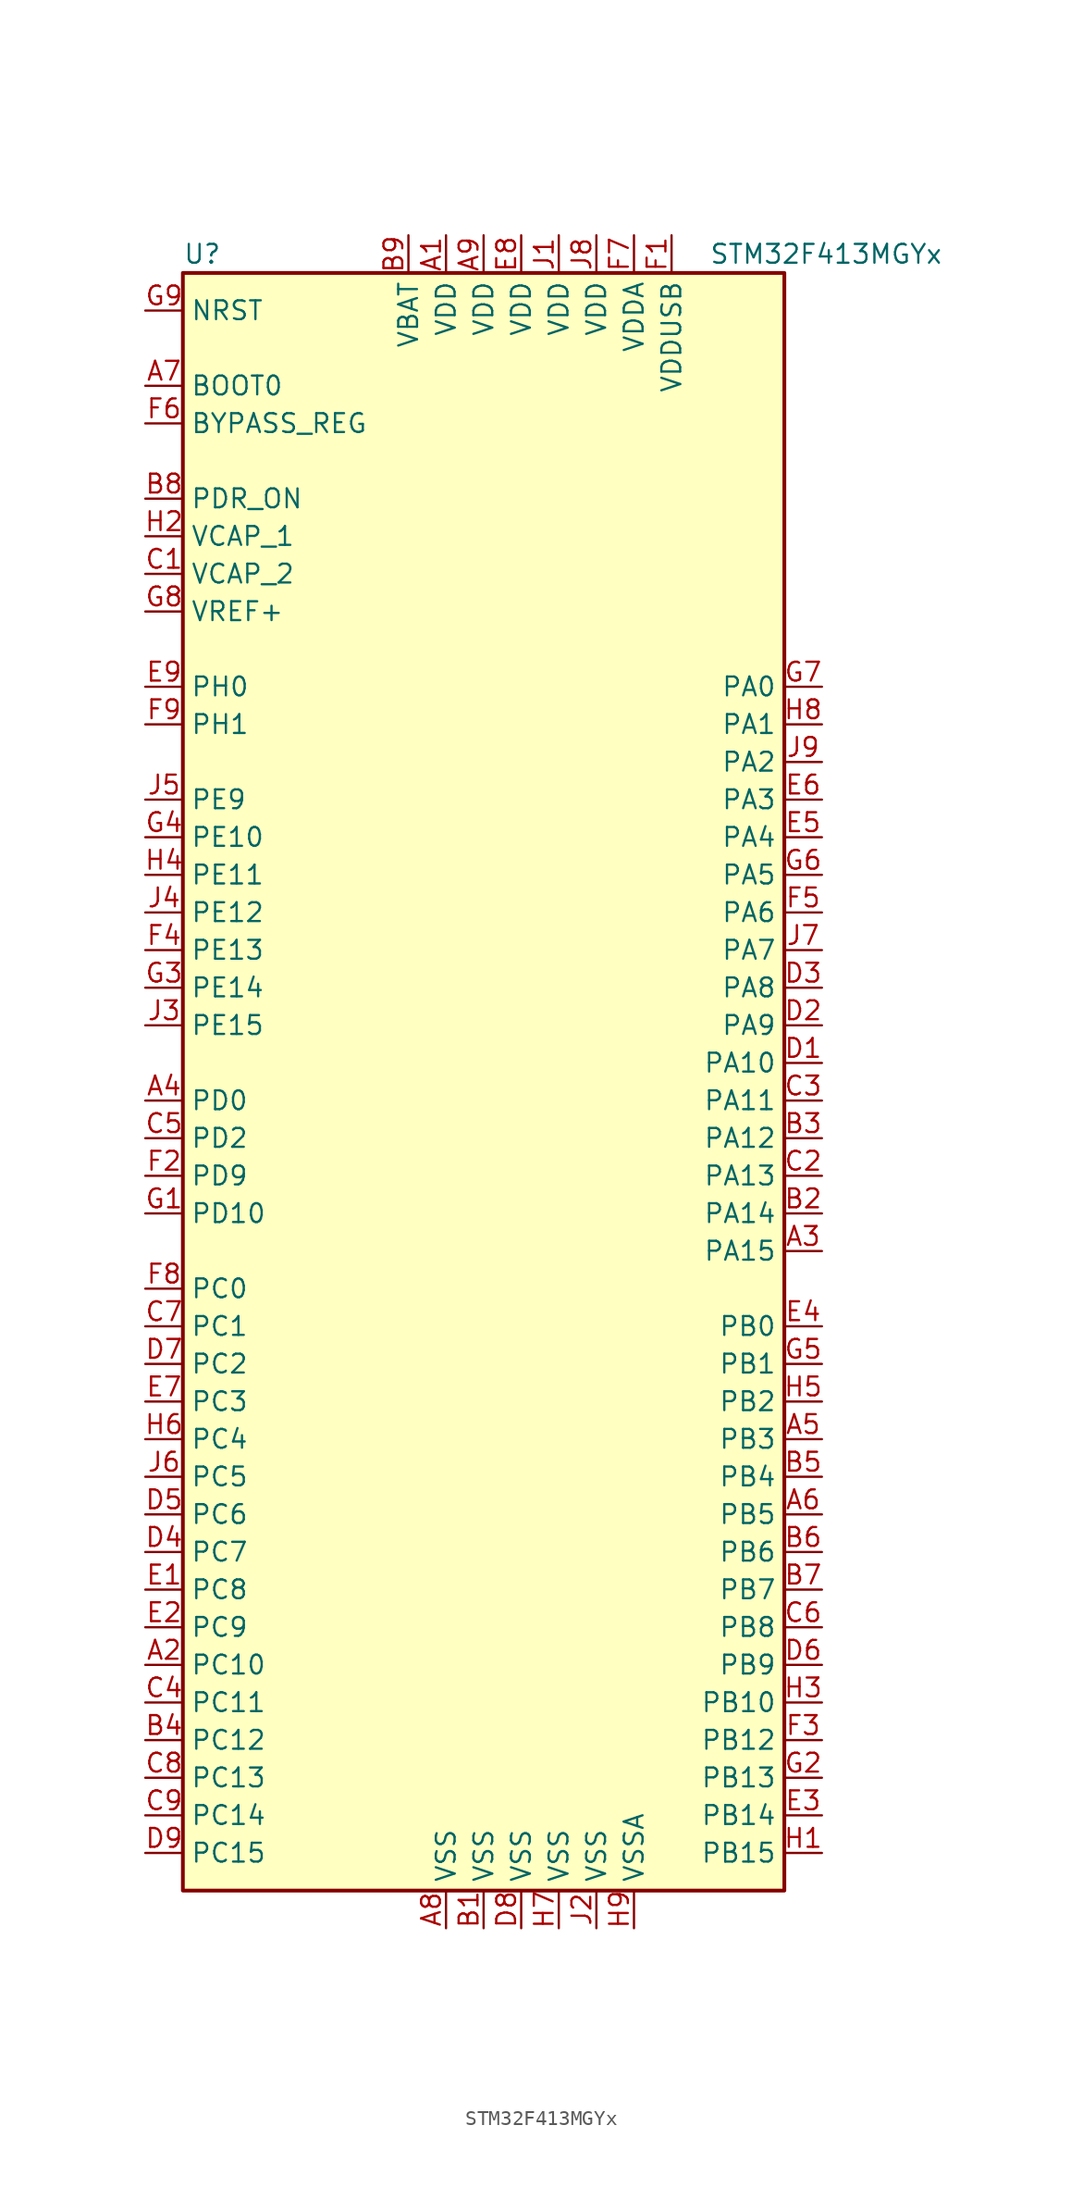
<source format=kicad_sym>
(kicad_symbol_lib
  (version 20201005)
  (generator kicad_symbol_editor)
  (symbol "MCU_ST_STM32F4:STM32F413MGYx"
    (property "Reference" "U"
      (at -20.32 54.61 0)
      (effects (font (size 1.27 1.27)) (justify left)))
    (property "Value" "STM32F413MGYx"
      (at 15.24 54.61 0)
      (effects (font (size 1.27 1.27)) (justify left)))
    (symbol "STM32F413MGYx_0_1"
      (rectangle (start -20.32 -55.88) (end 20.32 53.34) (stroke (width 0.254)) (fill (type background))))
    (symbol "STM32F413MGYx_1_1"
      (pin input line (at -22.86 45.72 0) (length 2.54) (name "BOOT0" (effects (font (size 1.27 1.27)))) (number "A7" (effects (font (size 1.27 1.27)))))
      (pin input line (at -22.86 43.18 0) (length 2.54) (name "BYPASS_REG" (effects (font (size 1.27 1.27)))) (number "F6" (effects (font (size 1.27 1.27)))))
      (pin input line (at -22.86 50.8 0) (length 2.54) (name "NRST" (effects (font (size 1.27 1.27)))) (number "G9" (effects (font (size 1.27 1.27)))))
      (pin bidirectional line (at 22.86 25.4 180) (length 2.54) (name "PA0" (effects (font (size 1.27 1.27)))) (number "G7" (effects (font (size 1.27 1.27)))))
      (pin bidirectional line (at 22.86 22.86 180) (length 2.54) (name "PA1" (effects (font (size 1.27 1.27)))) (number "H8" (effects (font (size 1.27 1.27)))))
      (pin bidirectional line (at 22.86 0 180) (length 2.54) (name "PA10" (effects (font (size 1.27 1.27)))) (number "D1" (effects (font (size 1.27 1.27)))))
      (pin bidirectional line (at 22.86 -2.54 180) (length 2.54) (name "PA11" (effects (font (size 1.27 1.27)))) (number "C3" (effects (font (size 1.27 1.27)))))
      (pin bidirectional line (at 22.86 -5.08 180) (length 2.54) (name "PA12" (effects (font (size 1.27 1.27)))) (number "B3" (effects (font (size 1.27 1.27)))))
      (pin bidirectional line (at 22.86 -7.62 180) (length 2.54) (name "PA13" (effects (font (size 1.27 1.27)))) (number "C2" (effects (font (size 1.27 1.27)))))
      (pin bidirectional line (at 22.86 -10.16 180) (length 2.54) (name "PA14" (effects (font (size 1.27 1.27)))) (number "B2" (effects (font (size 1.27 1.27)))))
      (pin bidirectional line (at 22.86 -12.7 180) (length 2.54) (name "PA15" (effects (font (size 1.27 1.27)))) (number "A3" (effects (font (size 1.27 1.27)))))
      (pin bidirectional line (at 22.86 20.32 180) (length 2.54) (name "PA2" (effects (font (size 1.27 1.27)))) (number "J9" (effects (font (size 1.27 1.27)))))
      (pin bidirectional line (at 22.86 17.78 180) (length 2.54) (name "PA3" (effects (font (size 1.27 1.27)))) (number "E6" (effects (font (size 1.27 1.27)))))
      (pin bidirectional line (at 22.86 15.24 180) (length 2.54) (name "PA4" (effects (font (size 1.27 1.27)))) (number "E5" (effects (font (size 1.27 1.27)))))
      (pin bidirectional line (at 22.86 12.7 180) (length 2.54) (name "PA5" (effects (font (size 1.27 1.27)))) (number "G6" (effects (font (size 1.27 1.27)))))
      (pin bidirectional line (at 22.86 10.16 180) (length 2.54) (name "PA6" (effects (font (size 1.27 1.27)))) (number "F5" (effects (font (size 1.27 1.27)))))
      (pin bidirectional line (at 22.86 7.62 180) (length 2.54) (name "PA7" (effects (font (size 1.27 1.27)))) (number "J7" (effects (font (size 1.27 1.27)))))
      (pin bidirectional line (at 22.86 5.08 180) (length 2.54) (name "PA8" (effects (font (size 1.27 1.27)))) (number "D3" (effects (font (size 1.27 1.27)))))
      (pin bidirectional line (at 22.86 2.54 180) (length 2.54) (name "PA9" (effects (font (size 1.27 1.27)))) (number "D2" (effects (font (size 1.27 1.27)))))
      (pin bidirectional line (at 22.86 -17.78 180) (length 2.54) (name "PB0" (effects (font (size 1.27 1.27)))) (number "E4" (effects (font (size 1.27 1.27)))))
      (pin bidirectional line (at 22.86 -20.32 180) (length 2.54) (name "PB1" (effects (font (size 1.27 1.27)))) (number "G5" (effects (font (size 1.27 1.27)))))
      (pin bidirectional line (at 22.86 -43.18 180) (length 2.54) (name "PB10" (effects (font (size 1.27 1.27)))) (number "H3" (effects (font (size 1.27 1.27)))))
      (pin bidirectional line (at 22.86 -45.72 180) (length 2.54) (name "PB12" (effects (font (size 1.27 1.27)))) (number "F3" (effects (font (size 1.27 1.27)))))
      (pin bidirectional line (at 22.86 -48.26 180) (length 2.54) (name "PB13" (effects (font (size 1.27 1.27)))) (number "G2" (effects (font (size 1.27 1.27)))))
      (pin bidirectional line (at 22.86 -50.8 180) (length 2.54) (name "PB14" (effects (font (size 1.27 1.27)))) (number "E3" (effects (font (size 1.27 1.27)))))
      (pin bidirectional line (at 22.86 -53.34 180) (length 2.54) (name "PB15" (effects (font (size 1.27 1.27)))) (number "H1" (effects (font (size 1.27 1.27)))))
      (pin bidirectional line (at 22.86 -22.86 180) (length 2.54) (name "PB2" (effects (font (size 1.27 1.27)))) (number "H5" (effects (font (size 1.27 1.27)))))
      (pin bidirectional line (at 22.86 -25.4 180) (length 2.54) (name "PB3" (effects (font (size 1.27 1.27)))) (number "A5" (effects (font (size 1.27 1.27)))))
      (pin bidirectional line (at 22.86 -27.94 180) (length 2.54) (name "PB4" (effects (font (size 1.27 1.27)))) (number "B5" (effects (font (size 1.27 1.27)))))
      (pin bidirectional line (at 22.86 -30.48 180) (length 2.54) (name "PB5" (effects (font (size 1.27 1.27)))) (number "A6" (effects (font (size 1.27 1.27)))))
      (pin bidirectional line (at 22.86 -33.02 180) (length 2.54) (name "PB6" (effects (font (size 1.27 1.27)))) (number "B6" (effects (font (size 1.27 1.27)))))
      (pin bidirectional line (at 22.86 -35.56 180) (length 2.54) (name "PB7" (effects (font (size 1.27 1.27)))) (number "B7" (effects (font (size 1.27 1.27)))))
      (pin bidirectional line (at 22.86 -38.1 180) (length 2.54) (name "PB8" (effects (font (size 1.27 1.27)))) (number "C6" (effects (font (size 1.27 1.27)))))
      (pin bidirectional line (at 22.86 -40.64 180) (length 2.54) (name "PB9" (effects (font (size 1.27 1.27)))) (number "D6" (effects (font (size 1.27 1.27)))))
      (pin bidirectional line (at -22.86 -15.24 0) (length 2.54) (name "PC0" (effects (font (size 1.27 1.27)))) (number "F8" (effects (font (size 1.27 1.27)))))
      (pin bidirectional line (at -22.86 -17.78 0) (length 2.54) (name "PC1" (effects (font (size 1.27 1.27)))) (number "C7" (effects (font (size 1.27 1.27)))))
      (pin bidirectional line (at -22.86 -40.64 0) (length 2.54) (name "PC10" (effects (font (size 1.27 1.27)))) (number "A2" (effects (font (size 1.27 1.27)))))
      (pin bidirectional line (at -22.86 -43.18 0) (length 2.54) (name "PC11" (effects (font (size 1.27 1.27)))) (number "C4" (effects (font (size 1.27 1.27)))))
      (pin bidirectional line (at -22.86 -45.72 0) (length 2.54) (name "PC12" (effects (font (size 1.27 1.27)))) (number "B4" (effects (font (size 1.27 1.27)))))
      (pin bidirectional line (at -22.86 -48.26 0) (length 2.54) (name "PC13" (effects (font (size 1.27 1.27)))) (number "C8" (effects (font (size 1.27 1.27)))))
      (pin bidirectional line (at -22.86 -50.8 0) (length 2.54) (name "PC14" (effects (font (size 1.27 1.27)))) (number "C9" (effects (font (size 1.27 1.27)))))
      (pin bidirectional line (at -22.86 -53.34 0) (length 2.54) (name "PC15" (effects (font (size 1.27 1.27)))) (number "D9" (effects (font (size 1.27 1.27)))))
      (pin bidirectional line (at -22.86 -20.32 0) (length 2.54) (name "PC2" (effects (font (size 1.27 1.27)))) (number "D7" (effects (font (size 1.27 1.27)))))
      (pin bidirectional line (at -22.86 -22.86 0) (length 2.54) (name "PC3" (effects (font (size 1.27 1.27)))) (number "E7" (effects (font (size 1.27 1.27)))))
      (pin bidirectional line (at -22.86 -25.4 0) (length 2.54) (name "PC4" (effects (font (size 1.27 1.27)))) (number "H6" (effects (font (size 1.27 1.27)))))
      (pin bidirectional line (at -22.86 -27.94 0) (length 2.54) (name "PC5" (effects (font (size 1.27 1.27)))) (number "J6" (effects (font (size 1.27 1.27)))))
      (pin bidirectional line (at -22.86 -30.48 0) (length 2.54) (name "PC6" (effects (font (size 1.27 1.27)))) (number "D5" (effects (font (size 1.27 1.27)))))
      (pin bidirectional line (at -22.86 -33.02 0) (length 2.54) (name "PC7" (effects (font (size 1.27 1.27)))) (number "D4" (effects (font (size 1.27 1.27)))))
      (pin bidirectional line (at -22.86 -35.56 0) (length 2.54) (name "PC8" (effects (font (size 1.27 1.27)))) (number "E1" (effects (font (size 1.27 1.27)))))
      (pin bidirectional line (at -22.86 -38.1 0) (length 2.54) (name "PC9" (effects (font (size 1.27 1.27)))) (number "E2" (effects (font (size 1.27 1.27)))))
      (pin bidirectional line (at -22.86 -2.54 0) (length 2.54) (name "PD0" (effects (font (size 1.27 1.27)))) (number "A4" (effects (font (size 1.27 1.27)))))
      (pin bidirectional line (at -22.86 -10.16 0) (length 2.54) (name "PD10" (effects (font (size 1.27 1.27)))) (number "G1" (effects (font (size 1.27 1.27)))))
      (pin bidirectional line (at -22.86 -5.08 0) (length 2.54) (name "PD2" (effects (font (size 1.27 1.27)))) (number "C5" (effects (font (size 1.27 1.27)))))
      (pin bidirectional line (at -22.86 -7.62 0) (length 2.54) (name "PD9" (effects (font (size 1.27 1.27)))) (number "F2" (effects (font (size 1.27 1.27)))))
      (pin power_in line (at -22.86 38.1 0) (length 2.54) (name "PDR_ON" (effects (font (size 1.27 1.27)))) (number "B8" (effects (font (size 1.27 1.27)))))
      (pin bidirectional line (at -22.86 15.24 0) (length 2.54) (name "PE10" (effects (font (size 1.27 1.27)))) (number "G4" (effects (font (size 1.27 1.27)))))
      (pin bidirectional line (at -22.86 12.7 0) (length 2.54) (name "PE11" (effects (font (size 1.27 1.27)))) (number "H4" (effects (font (size 1.27 1.27)))))
      (pin bidirectional line (at -22.86 10.16 0) (length 2.54) (name "PE12" (effects (font (size 1.27 1.27)))) (number "J4" (effects (font (size 1.27 1.27)))))
      (pin bidirectional line (at -22.86 7.62 0) (length 2.54) (name "PE13" (effects (font (size 1.27 1.27)))) (number "F4" (effects (font (size 1.27 1.27)))))
      (pin bidirectional line (at -22.86 5.08 0) (length 2.54) (name "PE14" (effects (font (size 1.27 1.27)))) (number "G3" (effects (font (size 1.27 1.27)))))
      (pin bidirectional line (at -22.86 2.54 0) (length 2.54) (name "PE15" (effects (font (size 1.27 1.27)))) (number "J3" (effects (font (size 1.27 1.27)))))
      (pin bidirectional line (at -22.86 17.78 0) (length 2.54) (name "PE9" (effects (font (size 1.27 1.27)))) (number "J5" (effects (font (size 1.27 1.27)))))
      (pin input line (at -22.86 25.4 0) (length 2.54) (name "PH0" (effects (font (size 1.27 1.27)))) (number "E9" (effects (font (size 1.27 1.27)))))
      (pin input line (at -22.86 22.86 0) (length 2.54) (name "PH1" (effects (font (size 1.27 1.27)))) (number "F9" (effects (font (size 1.27 1.27)))))
      (pin power_in line (at -5.08 55.88 270) (length 2.54) (name "VBAT" (effects (font (size 1.27 1.27)))) (number "B9" (effects (font (size 1.27 1.27)))))
      (pin power_in line (at -22.86 35.56 0) (length 2.54) (name "VCAP_1" (effects (font (size 1.27 1.27)))) (number "H2" (effects (font (size 1.27 1.27)))))
      (pin power_in line (at -22.86 33.02 0) (length 2.54) (name "VCAP_2" (effects (font (size 1.27 1.27)))) (number "C1" (effects (font (size 1.27 1.27)))))
      (pin power_in line (at -2.54 55.88 270) (length 2.54) (name "VDD" (effects (font (size 1.27 1.27)))) (number "A1" (effects (font (size 1.27 1.27)))))
      (pin power_in line (at 0 55.88 270) (length 2.54) (name "VDD" (effects (font (size 1.27 1.27)))) (number "A9" (effects (font (size 1.27 1.27)))))
      (pin power_in line (at 2.54 55.88 270) (length 2.54) (name "VDD" (effects (font (size 1.27 1.27)))) (number "E8" (effects (font (size 1.27 1.27)))))
      (pin power_in line (at 5.08 55.88 270) (length 2.54) (name "VDD" (effects (font (size 1.27 1.27)))) (number "J1" (effects (font (size 1.27 1.27)))))
      (pin power_in line (at 7.62 55.88 270) (length 2.54) (name "VDD" (effects (font (size 1.27 1.27)))) (number "J8" (effects (font (size 1.27 1.27)))))
      (pin power_in line (at 10.16 55.88 270) (length 2.54) (name "VDDA" (effects (font (size 1.27 1.27)))) (number "F7" (effects (font (size 1.27 1.27)))))
      (pin power_in line (at 12.7 55.88 270) (length 2.54) (name "VDDUSB" (effects (font (size 1.27 1.27)))) (number "F1" (effects (font (size 1.27 1.27)))))
      (pin power_in line (at -22.86 30.48 0) (length 2.54) (name "VREF+" (effects (font (size 1.27 1.27)))) (number "G8" (effects (font (size 1.27 1.27)))))
      (pin power_in line (at -2.54 -58.42 90) (length 2.54) (name "VSS" (effects (font (size 1.27 1.27)))) (number "A8" (effects (font (size 1.27 1.27)))))
      (pin power_in line (at 0 -58.42 90) (length 2.54) (name "VSS" (effects (font (size 1.27 1.27)))) (number "B1" (effects (font (size 1.27 1.27)))))
      (pin power_in line (at 2.54 -58.42 90) (length 2.54) (name "VSS" (effects (font (size 1.27 1.27)))) (number "D8" (effects (font (size 1.27 1.27)))))
      (pin power_in line (at 5.08 -58.42 90) (length 2.54) (name "VSS" (effects (font (size 1.27 1.27)))) (number "H7" (effects (font (size 1.27 1.27)))))
      (pin power_in line (at 7.62 -58.42 90) (length 2.54) (name "VSS" (effects (font (size 1.27 1.27)))) (number "J2" (effects (font (size 1.27 1.27)))))
      (pin power_in line (at 10.16 -58.42 90) (length 2.54) (name "VSSA" (effects (font (size 1.27 1.27)))) (number "H9" (effects (font (size 1.27 1.27))))))))
</source>
